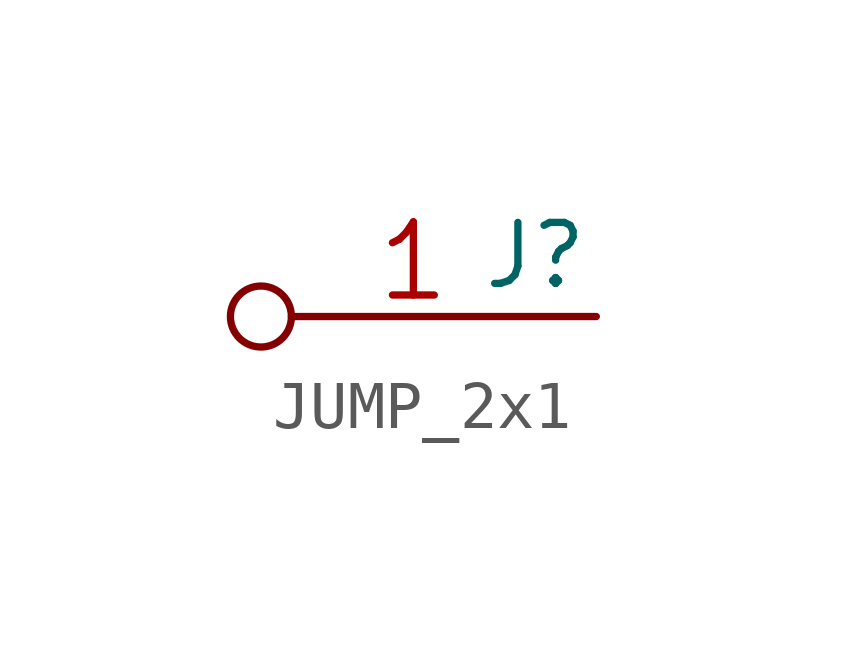
<source format=kicad_sym>
(kicad_symbol_lib
  (version 20211014)
  (generator kicad_symbol_editor)
  (symbol "JUMP_2x1"
    (pin_names
      (offset 1.016) hide)
    (property "Reference" "J"
      (at 2.54 1.27 0)
      (effects (font (size 1.27 1.27))))
    (property "Footprint" ""
      (at 0 0 0)
      (effects (font (size 1.524 1.524))))
    (property "Datasheet" ""
      (at 0 0 0)
      (effects (font (size 1.524 1.524))))
    (symbol "JUMP_2x1_1_1"
      (pin passive inverted (at 3.81 0 180) (length 7.62) (name "1" (effects (font (size 1.524 1.524)))) (number "1" (effects (font (size 1.524 1.524)))))
      (pin passive inverted (at 3.81 0 180) (length 7.62) hide (name "1" (effects (font (size 1.524 1.524)))) (number "2" (effects (font (size 1.524 1.524))))))))
</source>
